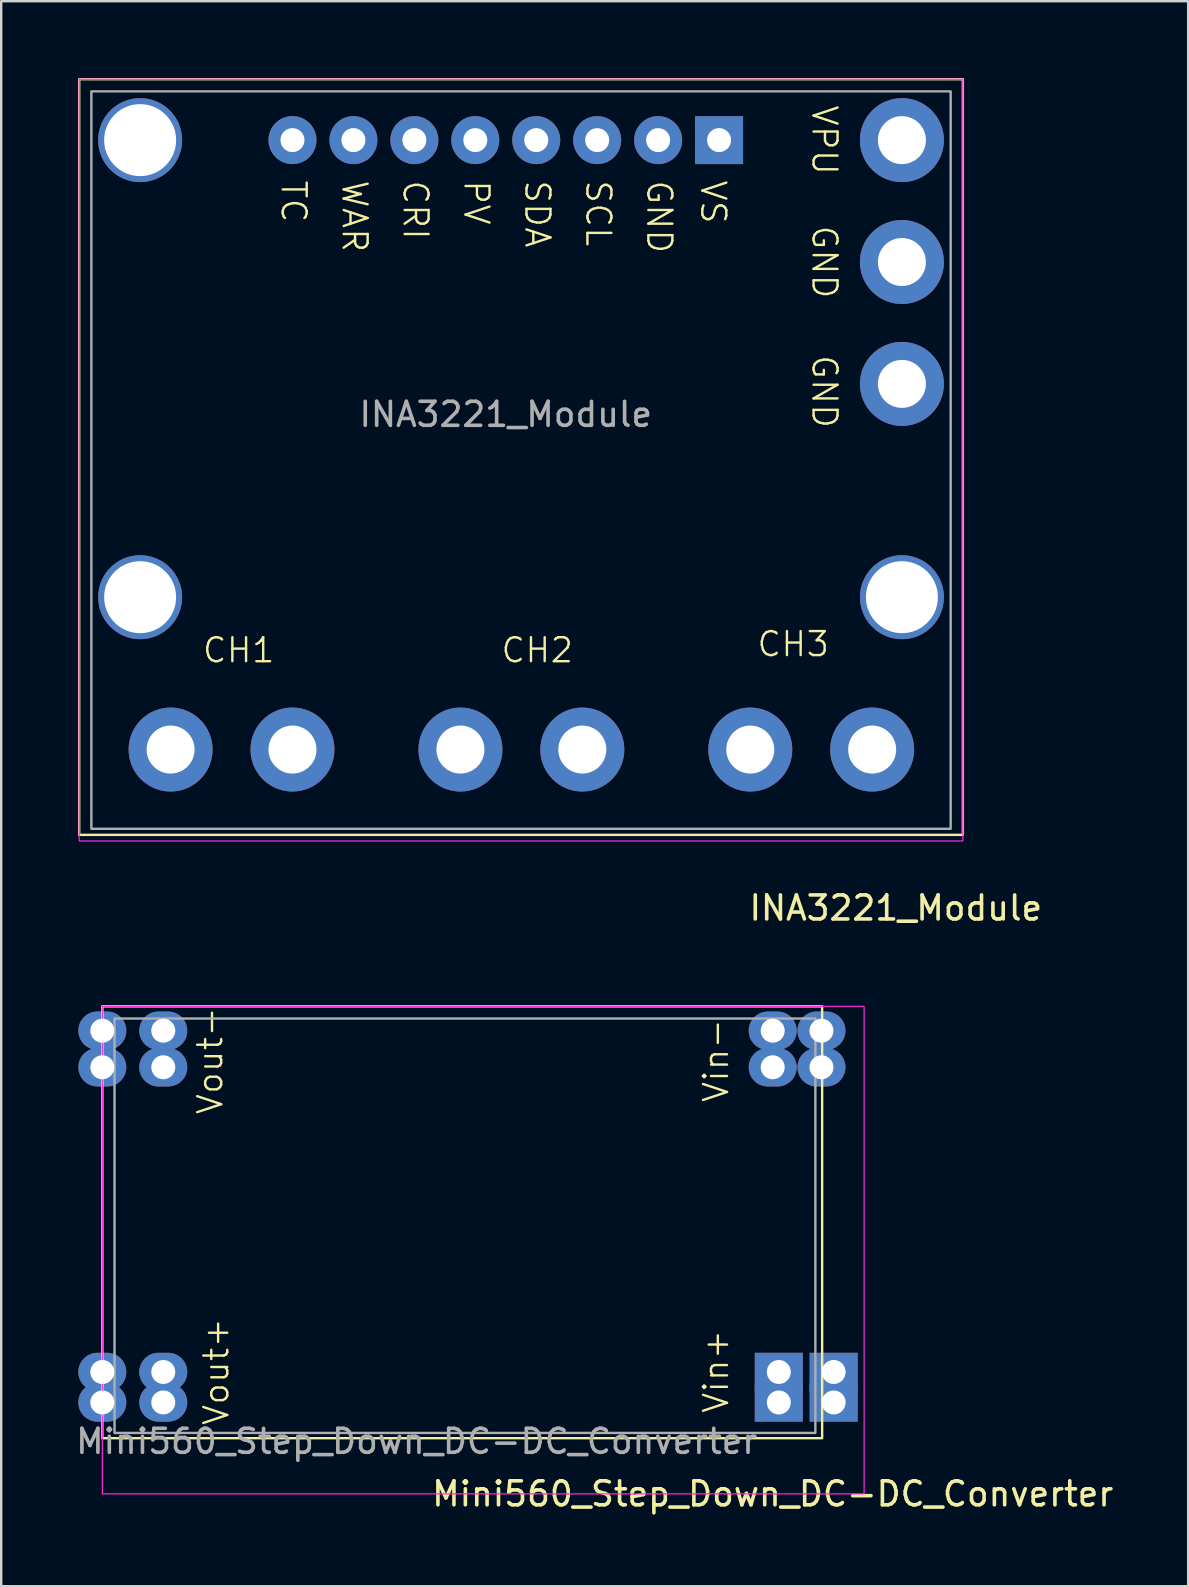
<source format=kicad_pcb>
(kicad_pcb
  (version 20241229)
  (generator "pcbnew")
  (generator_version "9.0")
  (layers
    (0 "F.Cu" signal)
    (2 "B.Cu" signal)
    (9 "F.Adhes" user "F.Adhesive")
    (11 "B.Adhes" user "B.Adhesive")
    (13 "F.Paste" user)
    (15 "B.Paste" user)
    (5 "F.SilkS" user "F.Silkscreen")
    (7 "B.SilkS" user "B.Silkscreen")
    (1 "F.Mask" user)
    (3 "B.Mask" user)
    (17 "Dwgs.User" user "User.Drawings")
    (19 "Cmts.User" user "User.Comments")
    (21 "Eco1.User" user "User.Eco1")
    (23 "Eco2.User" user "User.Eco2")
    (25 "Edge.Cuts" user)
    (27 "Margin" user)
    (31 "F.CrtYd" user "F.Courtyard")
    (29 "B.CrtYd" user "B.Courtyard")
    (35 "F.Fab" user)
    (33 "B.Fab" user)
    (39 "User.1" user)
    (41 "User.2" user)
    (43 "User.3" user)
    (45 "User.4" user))
  (footprint "Mini560_Step_Down_DC-DC_Converter"
    (layer "F.Cu")
    (at 1.215 38.892)
    (property "Reference" "Mini560_Step_Down_DC-DC_Converter" (at 27.94 20.32 0) (layer "F.SilkS") (effects (font (size 1 1) (thickness 0.15))))
    (attr through_hole)
    (fp_rect (start 0 0) (end 30 18) (stroke (width 0.1) (type default)) (fill no) (layer "F.SilkS"))
    (fp_rect (start 0 0) (end 31.75 20.32) (stroke (width 0.05) (type default)) (fill no) (layer "F.CrtYd"))
    (fp_rect (start 0.508 0.508) (end 29.718 17.78) (stroke (width 0.1) (type default)) (fill no) (layer "F.Fab"))
    (fp_text user "Vin-" (at 26.162 4.064 90) (unlocked yes) (layer "F.SilkS") (effects (font (size 1 1) (thickness 0.1)) (justify left bottom)))
    (fp_text user "Vout+" (at 5.334 17.526 90) (unlocked yes) (layer "F.SilkS") (effects (font (size 1 1) (thickness 0.1)) (justify left bottom)))
    (fp_text user "Vin+" (at 26.162 17.018 90) (unlocked yes) (layer "F.SilkS") (effects (font (size 1 1) (thickness 0.1)) (justify left bottom)))
    (fp_text user "Vout-" (at 5.08 4.572 90) (unlocked yes) (layer "F.SilkS") (effects (font (size 1 1) (thickness 0.1)) (justify left bottom)))
    (fp_text user "${REFERENCE}" (at 13.101 18.132 0) (layer "F.Fab") (effects (font (size 1 1) (thickness 0.15))))
    (pad "1" thru_hole rect (at 28.194 15.24) (size 2 1.6) (drill 1) (layers "*.Cu" "*.Mask"))
    (pad "1" thru_hole rect (at 28.194 16.51) (size 2 1.6) (drill 1) (layers "*.Cu" "*.Mask"))
    (pad "1" thru_hole rect (at 30.48 15.24) (size 2 1.6) (drill 1) (layers "*.Cu" "*.Mask"))
    (pad "1" thru_hole rect (at 30.48 16.51) (size 2 1.6) (drill 1) (layers "*.Cu" "*.Mask"))
    (pad "2" thru_hole oval (at 27.94 1.016) (size 2 1.6) (drill 1) (layers "*.Cu" "*.Mask"))
    (pad "2" thru_hole oval (at 27.94 2.54) (size 2 1.6) (drill 1) (layers "*.Cu" "*.Mask"))
    (pad "2" thru_hole oval (at 29.972 1.016) (size 2 1.6) (drill 1) (layers "*.Cu" "*.Mask"))
    (pad "2" thru_hole oval (at 29.972 2.54) (size 2 1.6) (drill 1) (layers "*.Cu" "*.Mask"))
    (pad "3" thru_hole oval (at 0 1.016) (size 2 1.6) (drill 1) (layers "*.Cu" "*.Mask"))
    (pad "3" thru_hole oval (at 0 2.54) (size 2 1.6) (drill 1) (layers "*.Cu" "*.Mask"))
    (pad "3" thru_hole oval (at 2.54 1.016) (size 2 1.6) (drill 1) (layers "*.Cu" "*.Mask"))
    (pad "3" thru_hole oval (at 2.54 2.54) (size 2 1.6) (drill 1) (layers "*.Cu" "*.Mask"))
    (pad "4" thru_hole oval (at 0 15.24) (size 2 1.6) (drill 1) (layers "*.Cu" "*.Mask"))
    (pad "4" thru_hole oval (at 0 16.51) (size 2 1.6) (drill 1) (layers "*.Cu" "*.Mask"))
    (pad "4" thru_hole oval (at 2.54 15.24) (size 2 1.6) (drill 1) (layers "*.Cu" "*.Mask"))
    (pad "4" thru_hole oval (at 2.54 16.51) (size 2 1.6) (drill 1) (layers "*.Cu" "*.Mask")))
  (footprint "INA3221_Module"
    (layer "F.Cu")
    (at 0.25 0.25)
    (property "Reference" "INA3221_Module" (at 34.036 34.544 0) (layer "F.SilkS") (effects (font (size 1 1) (thickness 0.15))))
    (attr through_hole)
    (fp_rect (start 0 0) (end 36.83 31.496) (stroke (width 0.1) (type default)) (fill no) (layer "F.SilkS"))
    (fp_rect (start 0 0) (end 36.83 31.75) (stroke (width 0.05) (type default)) (fill no) (layer "F.CrtYd"))
    (fp_rect (start 0.508 0.508) (end 36.322 31.242) (stroke (width 0.1) (type default)) (fill no) (layer "F.Fab"))
    (fp_text user "WAR" (at 12.065 4.148 270) (unlocked yes) (layer "F.SilkS") (effects (font (size 1 1) (thickness 0.1)) (justify left top)))
    (fp_text user "GND" (at 30.48 11.43 270) (unlocked yes) (layer "F.SilkS") (effects (font (size 1 1) (thickness 0.1)) (justify left bottom)))
    (fp_text user "GND" (at 24.765 4.148 270) (unlocked yes) (layer "F.SilkS") (effects (font (size 1 1) (thickness 0.1)) (justify left top)))
    (fp_text user "CH2" (at 17.526 24.384 0) (unlocked yes) (layer "F.SilkS") (effects (font (size 1 1) (thickness 0.1)) (justify left bottom)))
    (fp_text user "CH3" (at 28.194 24.13 0) (unlocked yes) (layer "F.SilkS") (effects (font (size 1 1) (thickness 0.1)) (justify left bottom)))
    (fp_text user "CRI" (at 14.605 4.148 270) (unlocked yes) (layer "F.SilkS") (effects (font (size 1 1) (thickness 0.1)) (justify left top)))
    (fp_text user "VPU" (at 30.48 2.54 270) (unlocked yes) (layer "F.SilkS") (effects (font (size 1 1) (thickness 0.1)) (justify bottom)))
    (fp_text user "CH1" (at 5.08 24.384 0) (unlocked yes) (layer "F.SilkS") (effects (font (size 1 1) (thickness 0.1)) (justify left bottom)))
    (fp_text user "VS" (at 27.014 4.148 270) (unlocked yes) (layer "F.SilkS") (effects (font (size 1 1) (thickness 0.1)) (justify left top)))
    (fp_text user "GND" (at 30.48 7.62 270) (unlocked yes) (layer "F.SilkS") (effects (font (size 1 1) (thickness 0.1)) (justify bottom)))
    (fp_text user "SDA" (at 19.685 4.148 270) (unlocked yes) (layer "F.SilkS") (effects (font (size 1 1) (thickness 0.1)) (justify left top)))
    (fp_text user "PV" (at 17.145 4.148 270) (unlocked yes) (layer "F.SilkS") (effects (font (size 1 1) (thickness 0.1)) (justify left top)))
    (fp_text user "TC" (at 9.525 4.148 270) (unlocked yes) (layer "F.SilkS") (effects (font (size 1 1) (thickness 0.1)) (justify left top)))
    (fp_text user "SCL" (at 22.225 4.148 270) (unlocked yes) (layer "F.SilkS") (effects (font (size 1 1) (thickness 0.1)) (justify left top)))
    (fp_text user "${REFERENCE}" (at 17.78 13.97 0) (layer "F.Fab") (effects (font (size 1 1) (thickness 0.15))))
    (pad "1" thru_hole circle (at 8.89 2.54) (size 2 2) (drill 1) (layers "*.Cu" "*.Mask"))
    (pad "2" thru_hole circle (at 2.54 2.54) (size 3.5 3.5) (drill 3) (layers "*.Cu" "*.Mask"))
    (pad "2" thru_hole circle (at 2.54 21.59) (size 3.5 3.5) (drill 3) (layers "*.Cu" "*.Mask"))
    (pad "2" thru_hole circle (at 3.81 27.94) (size 3.5 3.5) (drill 2) (layers "*.Cu" "*.Mask"))
    (pad "2" thru_hole circle (at 8.89 27.94) (size 3.5 3.5) (drill 2) (layers "*.Cu" "*.Mask"))
    (pad "2" thru_hole circle (at 11.43 2.54) (size 2 2) (drill 1) (layers "*.Cu" "*.Mask"))
    (pad "2" thru_hole circle (at 15.89 27.94) (size 3.5 3.5) (drill 2) (layers "*.Cu" "*.Mask"))
    (pad "2" thru_hole circle (at 20.97 27.94) (size 3.5 3.5) (drill 2) (layers "*.Cu" "*.Mask"))
    (pad "2" thru_hole circle (at 27.97 27.94) (size 3.5 3.5) (drill 2) (layers "*.Cu" "*.Mask"))
    (pad "2" thru_hole circle (at 33.05 27.94) (size 3.5 3.5) (drill 2) (layers "*.Cu" "*.Mask"))
    (pad "2" thru_hole circle (at 34.29 2.54) (size 3.5 3.5) (drill 2) (layers "*.Cu" "*.Mask"))
    (pad "2" thru_hole circle (at 34.29 7.62) (size 3.5 3.5) (drill 2) (layers "*.Cu" "*.Mask"))
    (pad "2" thru_hole circle (at 34.29 12.7) (size 3.5 3.5) (drill 2) (layers "*.Cu" "*.Mask"))
    (pad "2" thru_hole circle (at 34.29 21.59) (size 3.5 3.5) (drill 3) (layers "*.Cu" "*.Mask"))
    (pad "3" thru_hole circle (at 13.97 2.54) (size 2 2) (drill 1) (layers "*.Cu" "*.Mask"))
    (pad "4" thru_hole circle (at 16.51 2.54) (size 2 2) (drill 1) (layers "*.Cu" "*.Mask"))
    (pad "5" thru_hole circle (at 19.05 2.54) (size 2 2) (drill 1) (layers "*.Cu" "*.Mask"))
    (pad "6" thru_hole circle (at 21.59 2.54) (size 2 2) (drill 1) (layers "*.Cu" "*.Mask"))
    (pad "7" thru_hole circle (at 24.13 2.54) (size 2 2) (drill 1) (layers "*.Cu" "*.Mask"))
    (pad "8" thru_hole rect (at 26.67 2.54) (size 2 2) (drill 1) (layers "*.Cu" "*.Mask")))
  (gr_rect
    (start -3 -3)
    (end 46.47 63.06)
    (stroke (width 0.1) (type default))
    (fill no)
    (layer "Edge.Cuts")))
</source>
